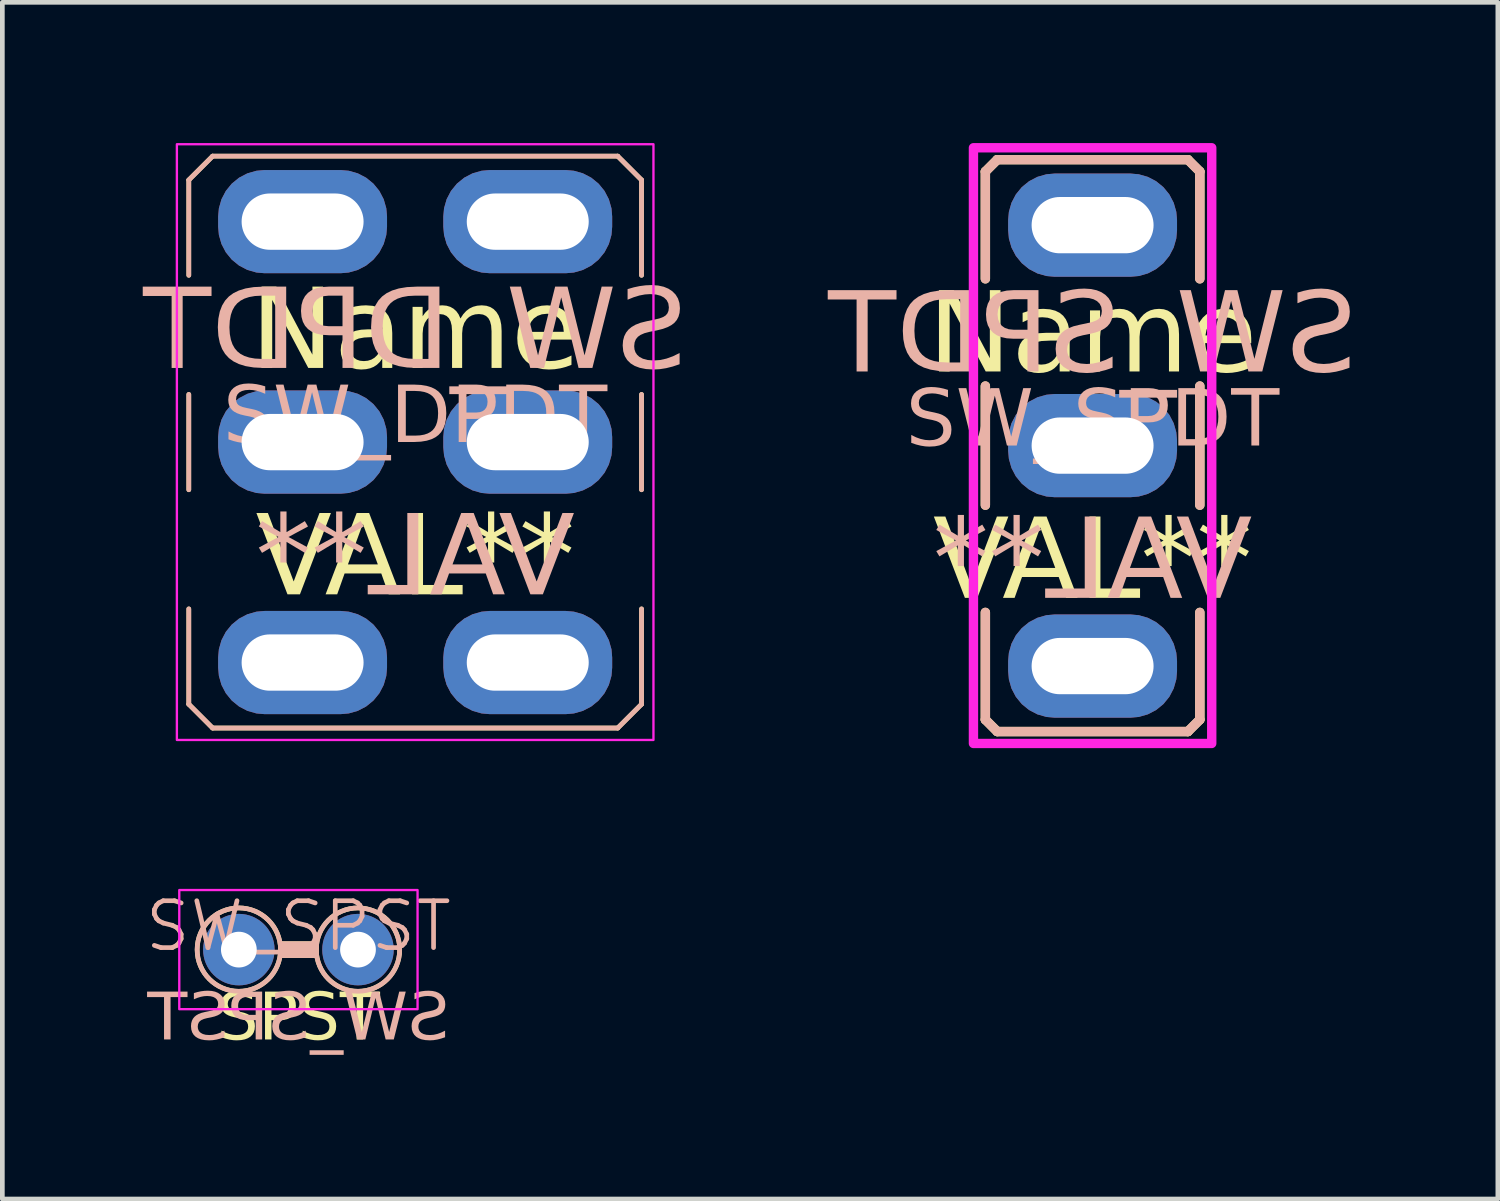
<source format=kicad_pcb>
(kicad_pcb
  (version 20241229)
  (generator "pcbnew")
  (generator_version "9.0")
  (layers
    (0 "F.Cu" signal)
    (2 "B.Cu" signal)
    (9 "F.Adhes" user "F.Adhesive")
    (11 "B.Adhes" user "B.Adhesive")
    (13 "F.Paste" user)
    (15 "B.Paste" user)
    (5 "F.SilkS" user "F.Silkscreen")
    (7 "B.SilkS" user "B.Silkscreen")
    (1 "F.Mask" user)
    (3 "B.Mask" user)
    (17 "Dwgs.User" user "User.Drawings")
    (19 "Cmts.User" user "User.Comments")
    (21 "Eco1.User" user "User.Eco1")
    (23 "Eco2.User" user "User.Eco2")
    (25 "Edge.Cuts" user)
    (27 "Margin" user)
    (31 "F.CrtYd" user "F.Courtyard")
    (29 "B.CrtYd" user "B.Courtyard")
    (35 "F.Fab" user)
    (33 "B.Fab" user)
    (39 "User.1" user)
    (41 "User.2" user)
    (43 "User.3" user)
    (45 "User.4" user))
  (footprint "SW_DPDT"
    (layer "F.Cu")
    (at 5.801 6.375)
    (property "Reference" "SW_DPDT" (at 0 -0.5 0) (unlocked yes) (layer "B.SilkS") (effects (font (face "Milk Run") (size 1.2 1.2) (thickness 0.1))))
    (property "Value" "VAL**" (at 0 1 0) (unlocked yes) (layer "F.SilkS") (hide yes) (effects (font (face "Milk Run") (size 1.2 1.2) (thickness 0.1))))
    (property "Description" "Name" (at 0 -2.286 0) (unlocked yes) (layer "F.SilkS") (effects (font (face "Milk Run") (size 1.7 1.7) (thickness 0.15))))
    (attr through_hole)
    (fp_line (start -4.826 -5.588) (end -4.318 -6.096) (stroke (width 0.1) (type default)) (layer "F.SilkS"))
    (fp_line (start -4.826 -3.556) (end -4.826 -5.588) (stroke (width 0.1) (type default)) (layer "F.SilkS"))
    (fp_line (start -4.826 -1.016) (end -4.826 1.016) (stroke (width 0.1) (type default)) (layer "F.SilkS"))
    (fp_line (start -4.826 5.588) (end -4.826 3.556) (stroke (width 0.1) (type default)) (layer "F.SilkS"))
    (fp_line (start -4.318 -6.096) (end 4.318 -6.096) (stroke (width 0.1) (type default)) (layer "F.SilkS"))
    (fp_line (start -4.318 6.096) (end -4.826 5.588) (stroke (width 0.1) (type default)) (layer "F.SilkS"))
    (fp_line (start 4.318 -6.096) (end 4.826 -5.588) (stroke (width 0.1) (type default)) (layer "F.SilkS"))
    (fp_line (start 4.318 6.096) (end -4.318 6.096) (stroke (width 0.1) (type default)) (layer "F.SilkS"))
    (fp_line (start 4.826 -5.588) (end 4.826 -3.556) (stroke (width 0.1) (type default)) (layer "F.SilkS"))
    (fp_line (start 4.826 -1.016) (end 4.826 1.016) (stroke (width 0.1) (type default)) (layer "F.SilkS"))
    (fp_line (start 4.826 3.556) (end 4.826 5.588) (stroke (width 0.1) (type default)) (layer "F.SilkS"))
    (fp_line (start 4.826 5.588) (end 4.318 6.096) (stroke (width 0.1) (type default)) (layer "F.SilkS"))
    (fp_line (start -4.826 -5.588) (end -4.318 -6.096) (stroke (width 0.1) (type default)) (layer "B.SilkS"))
    (fp_line (start -4.826 -3.556) (end -4.826 -5.588) (stroke (width 0.1) (type default)) (layer "B.SilkS"))
    (fp_line (start -4.826 -1.016) (end -4.826 1.016) (stroke (width 0.1) (type default)) (layer "B.SilkS"))
    (fp_line (start -4.826 3.556) (end -4.826 5.588) (stroke (width 0.1) (type default)) (layer "B.SilkS"))
    (fp_line (start -4.318 -6.096) (end 4.318 -6.096) (stroke (width 0.1) (type default)) (layer "B.SilkS"))
    (fp_line (start -4.318 6.096) (end -4.826 5.588) (stroke (width 0.1) (type default)) (layer "B.SilkS"))
    (fp_line (start -4.318 6.096) (end 4.318 6.096) (stroke (width 0.1) (type default)) (layer "B.SilkS"))
    (fp_line (start 4.318 -6.096) (end 4.826 -5.588) (stroke (width 0.1) (type default)) (layer "B.SilkS"))
    (fp_line (start 4.826 -5.588) (end 4.826 -3.556) (stroke (width 0.1) (type default)) (layer "B.SilkS"))
    (fp_line (start 4.826 -1.016) (end 4.826 1.016) (stroke (width 0.1) (type default)) (layer "B.SilkS"))
    (fp_line (start 4.826 5.588) (end 4.318 6.096) (stroke (width 0.1) (type default)) (layer "B.SilkS"))
    (fp_line (start 4.826 5.588) (end 4.826 3.556) (stroke (width 0.1) (type default)) (layer "B.SilkS"))
    (fp_rect (start -5.08 -6.35) (end 5.08 6.35) (stroke (width 0.05) (type default)) (fill no) (layer "F.CrtYd"))
    (fp_text user "${VALUE}" (at 0 2.54 0) (layer "F.SilkS") (effects (font (face "Milk Run") (size 1.7 1.7) (thickness 0.1))))
    (fp_text user "${REFERENCE}" (at 0 -2.286 0) (layer "B.SilkS") (effects (font (face "Milk Run") (size 1.7 1.7) (thickness 0.1)) (justify mirror)))
    (fp_text user "${VALUE}" (at 0 2.54 0) (layer "B.SilkS") (effects (font (face "Milk Run") (size 1.7 1.7) (thickness 0.1)) (justify mirror)))
    (pad "1" thru_hole roundrect (at -2.4 -4.7) (size 3.6 2.2) (drill oval 2.6 1.2) (layers "*.Cu" "*.Mask") (roundrect_rratio 0.45))
    (pad "2" thru_hole roundrect (at -2.4 0) (size 3.6 2.2) (drill oval 2.6 1.2) (layers "*.Cu" "*.Mask") (roundrect_rratio 0.45))
    (pad "3" thru_hole roundrect (at -2.4 4.7) (size 3.6 2.2) (drill oval 2.6 1.2) (layers "*.Cu" "*.Mask") (roundrect_rratio 0.45))
    (pad "4" thru_hole roundrect (at 2.4 -4.7) (size 3.6 2.2) (drill oval 2.6 1.2) (layers "*.Cu" "*.Mask") (roundrect_rratio 0.45))
    (pad "5" thru_hole roundrect (at 2.4 0) (size 3.6 2.2) (drill oval 2.6 1.2) (layers "*.Cu" "*.Mask") (roundrect_rratio 0.45))
    (pad "6" thru_hole roundrect (at 2.4 4.7) (size 3.6 2.2) (drill oval 2.6 1.2) (layers "*.Cu" "*.Mask") (roundrect_rratio 0.45)))
  (footprint "SW_SPDT"
    (layer "F.Cu")
    (at 20.243 6.45)
    (property "Reference" "SW_SPDT" (at 0 -0.5 0) (unlocked yes) (layer "B.SilkS") (effects (font (face "Milk Run") (size 1.2 1.2) (thickness 0.1))))
    (property "Value" "VAL**" (at 0 1 0) (unlocked yes) (layer "F.SilkS") (hide yes) (effects (font (face "Milk Run") (size 1.2 1.2) (thickness 0.1))))
    (property "Description" "Name" (at 0 -2.286 0) (layer "F.SilkS") (effects (font (face "Milk Run") (size 1.7 1.7) (thickness 0.15))))
    (attr through_hole)
    (fp_line (start -2.286 -5.842) (end -2.032 -6.096) (stroke (width 0.2) (type default)) (layer "F.SilkS"))
    (fp_line (start -2.286 -3.556) (end -2.286 -5.842) (stroke (width 0.2) (type default)) (layer "F.SilkS"))
    (fp_line (start -2.286 -1.27) (end -2.286 1.27) (stroke (width 0.2) (type default)) (layer "F.SilkS"))
    (fp_line (start -2.286 5.842) (end -2.286 3.556) (stroke (width 0.2) (type default)) (layer "F.SilkS"))
    (fp_line (start -2.032 -6.096) (end 2.032 -6.096) (stroke (width 0.2) (type default)) (layer "F.SilkS"))
    (fp_line (start -2.032 6.096) (end -2.286 5.842) (stroke (width 0.2) (type default)) (layer "F.SilkS"))
    (fp_line (start 2.032 -6.096) (end 2.286 -5.842) (stroke (width 0.2) (type default)) (layer "F.SilkS"))
    (fp_line (start 2.032 6.096) (end -2.032 6.096) (stroke (width 0.2) (type default)) (layer "F.SilkS"))
    (fp_line (start 2.286 -5.842) (end 2.286 -3.556) (stroke (width 0.2) (type default)) (layer "F.SilkS"))
    (fp_line (start 2.286 -1.27) (end 2.286 1.27) (stroke (width 0.2) (type default)) (layer "F.SilkS"))
    (fp_line (start 2.286 3.556) (end 2.286 5.842) (stroke (width 0.2) (type default)) (layer "F.SilkS"))
    (fp_line (start 2.286 5.842) (end 2.032 6.096) (stroke (width 0.2) (type default)) (layer "F.SilkS"))
    (fp_line (start -2.286 -5.842) (end -2.032 -6.096) (stroke (width 0.2) (type default)) (layer "B.SilkS"))
    (fp_line (start -2.286 -3.556) (end -2.286 -5.842) (stroke (width 0.2) (type default)) (layer "B.SilkS"))
    (fp_line (start -2.286 -1.27) (end -2.286 1.27) (stroke (width 0.2) (type default)) (layer "B.SilkS"))
    (fp_line (start -2.286 3.556) (end -2.286 5.842) (stroke (width 0.2) (type default)) (layer "B.SilkS"))
    (fp_line (start -2.286 5.842) (end -2.032 6.096) (stroke (width 0.2) (type default)) (layer "B.SilkS"))
    (fp_line (start -2.032 -6.096) (end 2.032 -6.096) (stroke (width 0.2) (type default)) (layer "B.SilkS"))
    (fp_line (start -2.032 6.096) (end 2.032 6.096) (stroke (width 0.2) (type default)) (layer "B.SilkS"))
    (fp_line (start 2.032 -6.096) (end 2.286 -5.842) (stroke (width 0.2) (type default)) (layer "B.SilkS"))
    (fp_line (start 2.032 6.096) (end 2.286 5.842) (stroke (width 0.2) (type default)) (layer "B.SilkS"))
    (fp_line (start 2.286 -5.842) (end 2.286 -3.556) (stroke (width 0.2) (type default)) (layer "B.SilkS"))
    (fp_line (start 2.286 -1.27) (end 2.286 1.27) (stroke (width 0.2) (type default)) (layer "B.SilkS"))
    (fp_line (start 2.286 5.842) (end 2.286 3.556) (stroke (width 0.2) (type default)) (layer "B.SilkS"))
    (fp_rect (start -2.54 -6.35) (end 2.54 6.35) (stroke (width 0.2) (type default)) (fill no) (layer "F.CrtYd"))
    (fp_text user "${VALUE}" (at 0 2.54 0) (layer "F.SilkS") (effects (font (face "Milk Run") (size 1.7 1.7) (thickness 0.1))))
    (fp_text user "${VALUE}" (at 0 2.54 0) (layer "B.SilkS") (effects (font (face "Milk Run") (size 1.7 1.7) (thickness 0.1)) (justify mirror)))
    (fp_text user "${REFERENCE}" (at 0 -2.286 0) (layer "B.SilkS") (effects (font (face "Milk Run") (size 1.7 1.7) (thickness 0.1)) (justify mirror)))
    (pad "1" thru_hole roundrect (at 0 -4.7) (size 3.6 2.2) (drill oval 2.6 1.2) (layers "*.Cu" "*.Mask") (roundrect_rratio 0.45))
    (pad "2" thru_hole roundrect (at 0 0) (size 3.6 2.2) (drill oval 2.6 1.2) (layers "*.Cu" "*.Mask") (roundrect_rratio 0.45))
    (pad "3" thru_hole roundrect (at 0 4.7) (size 3.6 2.2) (drill oval 2.6 1.2) (layers "*.Cu" "*.Mask") (roundrect_rratio 0.45)))
  (footprint "SW_SPST"
    (layer "F.Cu")
    (at 3.312 17.195)
    (property "Reference" "SW_SPST" (at 0 -0.5 0) (unlocked yes) (layer "B.SilkS") (effects (font (size 1 1) (thickness 0.1))))
    (property "Value" "SPST" (at 0 1 0) (unlocked yes) (layer "F.SilkS") (hide yes) (effects (font (size 1 1) (thickness 0.1))))
    (attr through_hole)
    (fp_circle (center -1.27 0) (end -2.159 0) (stroke (width 0.1) (type default)) (fill no) (layer "F.SilkS"))
    (fp_circle (center 1.27 0) (end 0.381 0) (stroke (width 0.1) (type default)) (fill no) (layer "F.SilkS"))
    (fp_poly (pts (xy 0.381 -0.127) (xy -0.381 -0.127) (xy -0.381 0.127) (xy 0.381 0.127)) (stroke (width 0.1) (type solid)) (fill yes) (layer "F.SilkS"))
    (fp_rect (start -0.381 -0.127) (end 0.381 0.127) (stroke (width 0.1) (type solid)) (fill yes) (layer "B.SilkS"))
    (fp_circle (center -1.27 0) (end -0.381 0) (stroke (width 0.1) (type default)) (fill no) (layer "B.SilkS"))
    (fp_circle (center 1.27 0) (end 2.159 0) (stroke (width 0.1) (type default)) (fill no) (layer "B.SilkS"))
    (fp_rect (start -2.54 -1.27) (end 2.54 1.27) (stroke (width 0.05) (type default)) (fill no) (layer "F.CrtYd"))
    (fp_text user "${VALUE}" (at 0 1.5 0) (unlocked yes) (layer "F.SilkS") (effects (font (face "Milk Run") (size 1 1) (thickness 0.1))))
    (fp_text user "${REFERENCE}" (at 0 1.5 0) (unlocked yes) (layer "B.SilkS") (effects (font (face "Milk Run") (size 1 1) (thickness 0.1)) (justify mirror)))
    (pad "1" thru_hole circle (at -1.27 0) (size 1.524 1.524) (drill 0.762) (layers "*.Cu" "*.Mask"))
    (pad "2" thru_hole circle (at 1.27 0) (size 1.524 1.524) (drill 0.762) (layers "*.Cu" "*.Mask")))
  (gr_rect
    (start -3 -3)
    (end 28.883 22.512)
    (stroke (width 0.1) (type default))
    (fill no)
    (layer "Edge.Cuts")))
</source>
